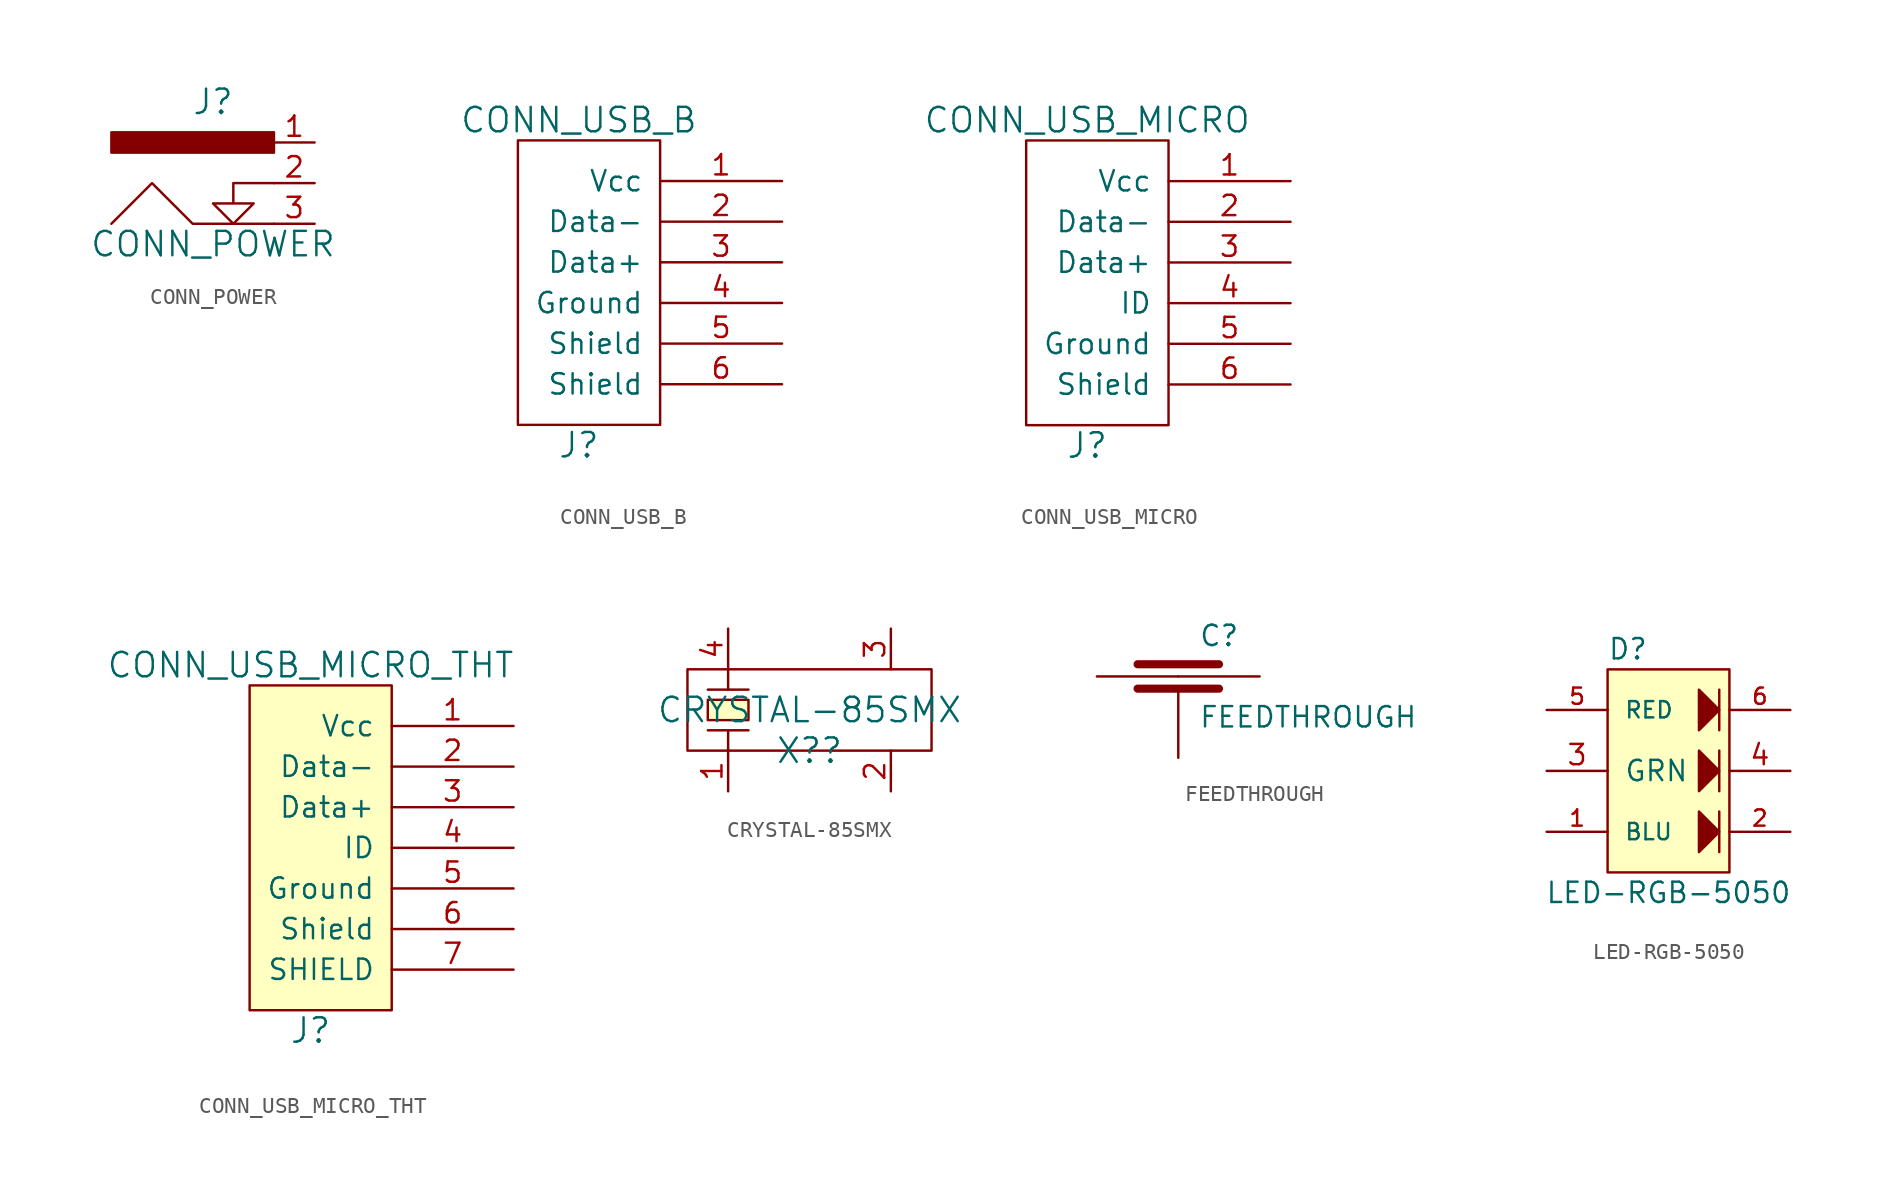
<source format=kicad_sym>
(kicad_symbol_lib
  (version 20211014)
  (generator kicad_symbol_editor)
  (symbol "CONN_POWER"
    (pin_names
      (offset 1.016) hide)
    (property "Reference" "J"
      (at -1.27 3.81 0)
      (effects (font (size 1.524 1.524))))
    (property "Value" "CONN_POWER"
      (at -1.27 -5.08 0)
      (effects (font (size 1.524 1.524))))
    (property "Footprint" ""
      (at 0 0 0)
      (effects (font (size 1.524 1.524))))
    (property "Datasheet" ""
      (at 0 0 0)
      (effects (font (size 1.524 1.524))))
    (symbol "CONN_POWER_0_1"
      (polyline (pts (xy 2.54 -3.81) (xy -2.54 -3.81) (xy -5.08 -1.27) (xy -7.62 -3.81)) (stroke (width 0) (type default) (color 0 0 0 0)) (fill (type none)))
      (polyline (pts (xy 2.54 -1.27) (xy 0 -1.27) (xy 0 -2.54) (xy 1.27 -2.54) (xy 0 -3.81) (xy -1.27 -2.54) (xy 0 -2.54)) (stroke (width 0) (type default) (color 0 0 0 0)) (fill (type none)))
      (rectangle (start 2.54 1.905) (end -7.62 0.635) (stroke (width 0) (type default) (color 0 0 0 0)) (fill (type outline))))
    (symbol "CONN_POWER_1_1"
      (pin power_out line (at 5.08 1.27 180) (length 2.54) (name "1" (effects (font (size 1.27 1.27)))) (number "1" (effects (font (size 1.27 1.27)))))
      (pin output line (at 5.08 -1.27 180) (length 2.54) (name "2" (effects (font (size 1.27 1.27)))) (number "2" (effects (font (size 1.27 1.27)))))
      (pin power_out line (at 5.08 -3.81 180) (length 2.54) (name "~" (effects (font (size 1.27 1.27)))) (number "3" (effects (font (size 1.27 1.27)))))))
  (symbol "CONN_USB_B"
    (pin_names
      (offset 1.016))
    (property "Reference" "J"
      (at 0 -10.16 0)
      (effects (font (size 1.524 1.524))))
    (property "Value" "CONN_USB_B"
      (at 0 10.16 0)
      (effects (font (size 1.524 1.524))))
    (property "Footprint" ""
      (at 0 1.27 0)
      (effects (font (size 1.524 1.524))))
    (property "Datasheet" ""
      (at 0 1.27 0)
      (effects (font (size 1.524 1.524))))
    (symbol "CONN_USB_B_0_1"
      (rectangle (start 5.08 8.89) (end -3.81 -8.89) (stroke (width 0) (type default) (color 0 0 0 0)) (fill (type none))))
    (symbol "CONN_USB_B_1_1"
      (pin power_out line (at 12.7 6.35 180) (length 7.62) (name "Vcc" (effects (font (size 1.27 1.27)))) (number "1" (effects (font (size 1.27 1.27)))))
      (pin bidirectional line (at 12.7 3.81 180) (length 7.62) (name "Data-" (effects (font (size 1.27 1.27)))) (number "2" (effects (font (size 1.27 1.27)))))
      (pin bidirectional line (at 12.7 1.27 180) (length 7.62) (name "Data+" (effects (font (size 1.27 1.27)))) (number "3" (effects (font (size 1.27 1.27)))))
      (pin power_out line (at 12.7 -1.27 180) (length 7.62) (name "Ground" (effects (font (size 1.27 1.27)))) (number "4" (effects (font (size 1.27 1.27)))))
      (pin passive line (at 12.7 -3.81 180) (length 7.62) (name "Shield" (effects (font (size 1.27 1.27)))) (number "5" (effects (font (size 1.27 1.27)))))
      (pin passive line (at 12.7 -6.35 180) (length 7.62) (name "Shield" (effects (font (size 1.27 1.27)))) (number "6" (effects (font (size 1.27 1.27)))))))
  (symbol "CONN_USB_MICRO"
    (pin_names
      (offset 1.016))
    (property "Reference" "J"
      (at 0 -10.16 0)
      (effects (font (size 1.524 1.524))))
    (property "Value" "CONN_USB_MICRO"
      (at 0 10.16 0)
      (effects (font (size 1.524 1.524))))
    (property "Footprint" ""
      (at 0 1.27 0)
      (effects (font (size 1.524 1.524))))
    (property "Datasheet" ""
      (at 0 1.27 0)
      (effects (font (size 1.524 1.524))))
    (symbol "CONN_USB_MICRO_0_1"
      (rectangle (start 5.08 8.89) (end -3.81 -8.89) (stroke (width 0) (type default) (color 0 0 0 0)) (fill (type none))))
    (symbol "CONN_USB_MICRO_1_1"
      (pin power_out line (at 12.7 6.35 180) (length 7.62) (name "Vcc" (effects (font (size 1.27 1.27)))) (number "1" (effects (font (size 1.27 1.27)))))
      (pin bidirectional line (at 12.7 3.81 180) (length 7.62) (name "Data-" (effects (font (size 1.27 1.27)))) (number "2" (effects (font (size 1.27 1.27)))))
      (pin bidirectional line (at 12.7 1.27 180) (length 7.62) (name "Data+" (effects (font (size 1.27 1.27)))) (number "3" (effects (font (size 1.27 1.27)))))
      (pin bidirectional line (at 12.7 -1.27 180) (length 7.62) (name "ID" (effects (font (size 1.27 1.27)))) (number "4" (effects (font (size 1.27 1.27)))))
      (pin power_out line (at 12.7 -3.81 180) (length 7.62) (name "Ground" (effects (font (size 1.27 1.27)))) (number "5" (effects (font (size 1.27 1.27)))))
      (pin passive line (at 12.7 -6.35 180) (length 7.62) (name "Shield" (effects (font (size 1.27 1.27)))) (number "6" (effects (font (size 1.27 1.27)))))))
  (symbol "CONN_USB_MICRO_THT"
    (pin_names
      (offset 1.016))
    (property "Reference" "J"
      (at 0 -12.7 0)
      (effects (font (size 1.524 1.524))))
    (property "Value" "CONN_USB_MICRO_THT"
      (at 0 10.16 0)
      (effects (font (size 1.524 1.524))))
    (property "Footprint" ""
      (at 0 1.27 0)
      (effects (font (size 1.524 1.524))))
    (property "Datasheet" ""
      (at 0 1.27 0)
      (effects (font (size 1.524 1.524))))
    (symbol "CONN_USB_MICRO_THT_0_1"
      (rectangle (start 5.08 8.89) (end -3.81 -11.43) (stroke (width 0) (type default) (color 0 0 0 0)) (fill (type background))))
    (symbol "CONN_USB_MICRO_THT_1_1"
      (pin power_out line (at 12.7 6.35 180) (length 7.62) (name "Vcc" (effects (font (size 1.27 1.27)))) (number "1" (effects (font (size 1.27 1.27)))))
      (pin bidirectional line (at 12.7 3.81 180) (length 7.62) (name "Data-" (effects (font (size 1.27 1.27)))) (number "2" (effects (font (size 1.27 1.27)))))
      (pin bidirectional line (at 12.7 1.27 180) (length 7.62) (name "Data+" (effects (font (size 1.27 1.27)))) (number "3" (effects (font (size 1.27 1.27)))))
      (pin bidirectional line (at 12.7 -1.27 180) (length 7.62) (name "ID" (effects (font (size 1.27 1.27)))) (number "4" (effects (font (size 1.27 1.27)))))
      (pin power_out line (at 12.7 -3.81 180) (length 7.62) (name "Ground" (effects (font (size 1.27 1.27)))) (number "5" (effects (font (size 1.27 1.27)))))
      (pin passive line (at 12.7 -6.35 180) (length 7.62) (name "Shield" (effects (font (size 1.27 1.27)))) (number "6" (effects (font (size 1.27 1.27)))))
      (pin passive line (at 12.7 -8.89 180) (length 7.62) (name "SHIELD" (effects (font (size 1.27 1.27)))) (number "7" (effects (font (size 1.27 1.27)))))))
  (symbol "CRYSTAL-85SMX"
    (pin_names
      (offset 1.016))
    (property "Reference" "X?"
      (at 0 -2.54 0)
      (effects (font (size 1.524 1.524))))
    (property "Value" "CRYSTAL-85SMX"
      (at 0 0 0)
      (effects (font (size 1.524 1.524))))
    (property "Footprint" ""
      (at 0 0 0)
      (effects (font (size 1.524 1.524))))
    (property "Datasheet" ""
      (at 0 0 0)
      (effects (font (size 1.524 1.524))))
    (symbol "CRYSTAL-85SMX_0_1"
      (rectangle (start -7.62 2.54) (end 7.62 -2.54) (stroke (width 0) (type default) (color 0 0 0 0)) (fill (type none)))
      (rectangle (start -6.35 0.635) (end -3.81 -0.635) (stroke (width 0) (type default) (color 0 0 0 0)) (fill (type background)))
      (polyline (pts (xy -6.35 -1.27) (xy -3.81 -1.27)) (stroke (width 0) (type default) (color 0 0 0 0)) (fill (type none)))
      (polyline (pts (xy -6.35 1.27) (xy -3.81 1.27)) (stroke (width 0) (type default) (color 0 0 0 0)) (fill (type none)))
      (polyline (pts (xy -5.08 -1.27) (xy -5.08 -2.54)) (stroke (width 0) (type default) (color 0 0 0 0)) (fill (type none)))
      (polyline (pts (xy -5.08 2.54) (xy -5.08 1.27)) (stroke (width 0) (type default) (color 0 0 0 0)) (fill (type none))))
    (symbol "CRYSTAL-85SMX_1_1"
      (pin bidirectional line (at -5.08 -5.08 90) (length 2.54) (name "~" (effects (font (size 1.27 1.27)))) (number "1" (effects (font (size 1.27 1.27)))))
      (pin bidirectional line (at 5.08 -5.08 90) (length 2.54) (name "~" (effects (font (size 1.27 1.27)))) (number "2" (effects (font (size 1.27 1.27)))))
      (pin bidirectional line (at 5.08 5.08 270) (length 2.54) (name "~" (effects (font (size 1.27 1.27)))) (number "3" (effects (font (size 1.27 1.27)))))
      (pin bidirectional line (at -5.08 5.08 270) (length 2.54) (name "~" (effects (font (size 1.27 1.27)))) (number "4" (effects (font (size 1.27 1.27)))))))
  (symbol "FEEDTHROUGH"
    (pin_numbers hide)
    (pin_names
      (offset 0.254))
    (property "Reference" "C"
      (at 1.27 2.54 0)
      (effects (font (size 1.27 1.27)) (justify left)))
    (property "Value" "FEEDTHROUGH"
      (at 1.27 -2.54 0)
      (effects (font (size 1.27 1.27)) (justify left)))
    (property "Footprint" ""
      (at 0 0 0)
      (effects (font (size 1.524 1.524))))
    (property "Datasheet" ""
      (at 0 0 0)
      (effects (font (size 1.524 1.524))))
    (symbol "FEEDTHROUGH_0_1"
      (polyline (pts (xy -2.54 -0.762) (xy 2.54 -0.762)) (stroke (width 0.508) (type default) (color 0 0 0 0)) (fill (type none)))
      (polyline (pts (xy -2.54 0.762) (xy 2.54 0.762)) (stroke (width 0.508) (type default) (color 0 0 0 0)) (fill (type none))))
    (symbol "FEEDTHROUGH_1_1"
      (pin passive line (at -5.08 0 0) (length 5.08) (name "~" (effects (font (size 1.016 1.016)))) (number "1" (effects (font (size 1.016 1.016)))))
      (pin passive line (at 0 -5.08 90) (length 4.318) (name "~" (effects (font (size 1.016 1.016)))) (number "2" (effects (font (size 1.016 1.016)))))
      (pin passive line (at 5.08 0 180) (length 5.08) (name "~" (effects (font (size 1.016 1.016)))) (number "3" (effects (font (size 1.016 1.016)))))))
  (symbol "LED-RGB-5050"
    (pin_names
      (offset 1.016))
    (property "Reference" "D"
      (at -2.54 11.43 0)
      (effects (font (size 1.27 1.27))))
    (property "Value" "LED-RGB-5050"
      (at 0 -3.81 0)
      (effects (font (size 1.27 1.27))))
    (property "Footprint" ""
      (at 0 0 0)
      (effects (font (size 1.524 1.524))))
    (property "Datasheet" ""
      (at 0 0 0)
      (effects (font (size 1.524 1.524))))
    (symbol "LED-RGB-5050_0_1"
      (polyline (pts (xy 3.175 1.27) (xy 3.175 -1.27)) (stroke (width 0) (type default) (color 0 0 0 0)) (fill (type none)))
      (polyline (pts (xy 3.175 2.54) (xy 3.175 5.08)) (stroke (width 0) (type default) (color 0 0 0 0)) (fill (type none)))
      (polyline (pts (xy 3.175 6.35) (xy 3.175 8.89)) (stroke (width 0) (type default) (color 0 0 0 0)) (fill (type none)))
      (polyline (pts (xy 1.905 1.27) (xy 3.175 0) (xy 1.905 -1.27) (xy 1.905 1.27)) (stroke (width 0) (type default) (color 0 0 0 0)) (fill (type outline)))
      (polyline (pts (xy 1.905 2.54) (xy 1.905 5.08) (xy 3.175 3.81) (xy 1.905 2.54)) (stroke (width 0) (type default) (color 0 0 0 0)) (fill (type outline)))
      (polyline (pts (xy 1.905 8.89) (xy 3.175 7.62) (xy 1.905 6.35) (xy 1.905 8.89)) (stroke (width 0) (type default) (color 0 0 0 0)) (fill (type outline)))
      (rectangle (start 3.81 10.16) (end -3.81 -2.54) (stroke (width 0) (type default) (color 0 0 0 0)) (fill (type background))))
    (symbol "LED-RGB-5050_1_1"
      (pin passive line (at -7.62 0 0) (length 3.81) (name "BLU" (effects (font (size 1.016 1.016)))) (number "1" (effects (font (size 1.016 1.016)))))
      (pin passive line (at 7.62 0 180) (length 3.81) (name "~" (effects (font (size 1.016 1.016)))) (number "2" (effects (font (size 1.016 1.016)))))
      (pin input line (at -7.62 3.81 0) (length 3.81) (name "GRN" (effects (font (size 1.27 1.27)))) (number "3" (effects (font (size 1.27 1.27)))))
      (pin input line (at 7.62 3.81 180) (length 3.81) (name "~" (effects (font (size 1.27 1.27)))) (number "4" (effects (font (size 1.27 1.27)))))
      (pin input line (at -7.62 7.62 0) (length 3.81) (name "RED" (effects (font (size 1.016 1.016)))) (number "5" (effects (font (size 1.016 1.016)))))
      (pin input line (at 7.62 7.62 180) (length 3.81) (name "~" (effects (font (size 1.016 1.016)))) (number "6" (effects (font (size 1.016 1.016))))))))
</source>
